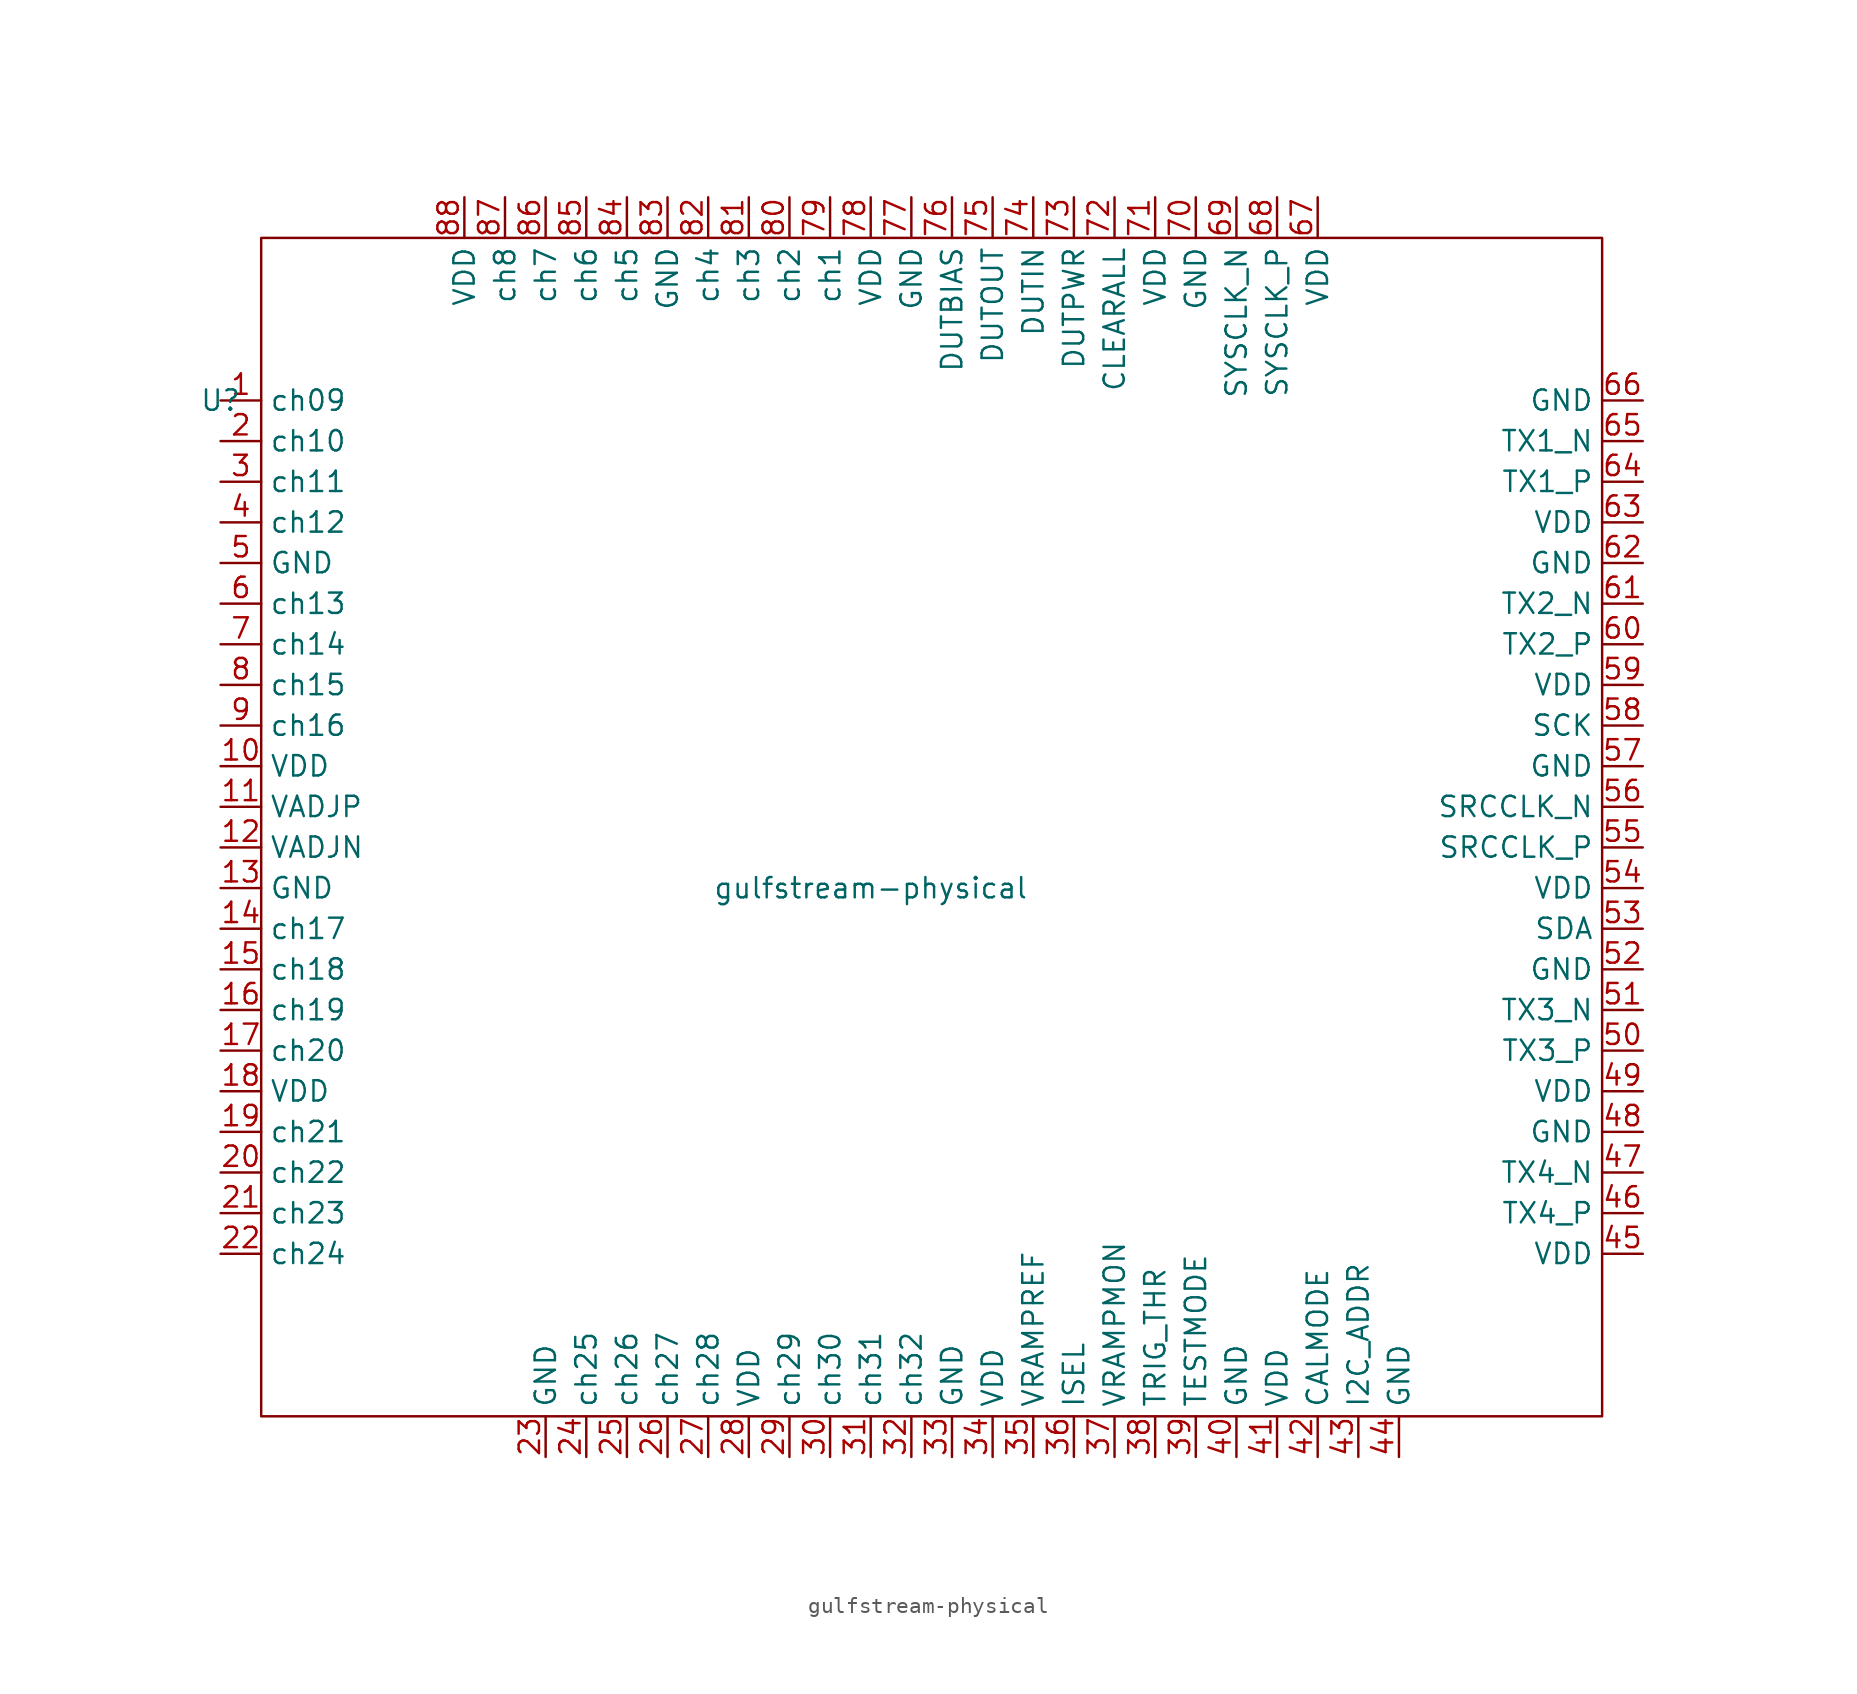
<source format=kicad_sym>
(kicad_symbol_lib
  (version 20241209)
  (generator "kicad_symbol_editor")
  (generator_version "9.0")
  (symbol "gulfstream-physical"
    (property "Reference" "U"
      (at -40.64 27.94 0)
      (effects (font (size 1.27 1.27))))
    (property "Value" "gulfstream-physical"
      (at 0 -2.54 0)
      (effects (font (size 1.27 1.27))))
    (symbol "gulfstream-physical_0_0"
      (pin unspecified line (at -40.64 27.94 0) (length 2.54) (name "ch09" (effects (font (size 1.27 1.27)))) (number "1" (effects (font (size 1.27 1.27)))))
      (pin unspecified line (at -40.64 25.4 0) (length 2.54) (name "ch10" (effects (font (size 1.27 1.27)))) (number "2" (effects (font (size 1.27 1.27)))))
      (pin unspecified line (at -40.64 22.86 0) (length 2.54) (name "ch11" (effects (font (size 1.27 1.27)))) (number "3" (effects (font (size 1.27 1.27)))))
      (pin unspecified line (at -40.64 20.32 0) (length 2.54) (name "ch12" (effects (font (size 1.27 1.27)))) (number "4" (effects (font (size 1.27 1.27)))))
      (pin unspecified line (at -40.64 17.78 0) (length 2.54) (name "GND" (effects (font (size 1.27 1.27)))) (number "5" (effects (font (size 1.27 1.27)))))
      (pin unspecified line (at -40.64 15.24 0) (length 2.54) (name "ch13" (effects (font (size 1.27 1.27)))) (number "6" (effects (font (size 1.27 1.27)))))
      (pin unspecified line (at -40.64 12.7 0) (length 2.54) (name "ch14" (effects (font (size 1.27 1.27)))) (number "7" (effects (font (size 1.27 1.27)))))
      (pin unspecified line (at -40.64 10.16 0) (length 2.54) (name "ch15" (effects (font (size 1.27 1.27)))) (number "8" (effects (font (size 1.27 1.27)))))
      (pin unspecified line (at -40.64 7.62 0) (length 2.54) (name "ch16" (effects (font (size 1.27 1.27)))) (number "9" (effects (font (size 1.27 1.27)))))
      (pin unspecified line (at -40.64 5.08 0) (length 2.54) (name "VDD" (effects (font (size 1.27 1.27)))) (number "10" (effects (font (size 1.27 1.27)))))
      (pin unspecified line (at -40.64 2.54 0) (length 2.54) (name "VADJP" (effects (font (size 1.27 1.27)))) (number "11" (effects (font (size 1.27 1.27)))))
      (pin unspecified line (at -40.64 0 0) (length 2.54) (name "VADJN" (effects (font (size 1.27 1.27)))) (number "12" (effects (font (size 1.27 1.27)))))
      (pin unspecified line (at -40.64 -2.54 0) (length 2.54) (name "GND" (effects (font (size 1.27 1.27)))) (number "13" (effects (font (size 1.27 1.27)))))
      (pin unspecified line (at -40.64 -5.08 0) (length 2.54) (name "ch17" (effects (font (size 1.27 1.27)))) (number "14" (effects (font (size 1.27 1.27)))))
      (pin unspecified line (at -40.64 -7.62 0) (length 2.54) (name "ch18" (effects (font (size 1.27 1.27)))) (number "15" (effects (font (size 1.27 1.27)))))
      (pin unspecified line (at -40.64 -10.16 0) (length 2.54) (name "ch19" (effects (font (size 1.27 1.27)))) (number "16" (effects (font (size 1.27 1.27)))))
      (pin unspecified line (at -40.64 -12.7 0) (length 2.54) (name "ch20" (effects (font (size 1.27 1.27)))) (number "17" (effects (font (size 1.27 1.27)))))
      (pin unspecified line (at -40.64 -15.24 0) (length 2.54) (name "VDD" (effects (font (size 1.27 1.27)))) (number "18" (effects (font (size 1.27 1.27)))))
      (pin unspecified line (at -40.64 -17.78 0) (length 2.54) (name "ch21" (effects (font (size 1.27 1.27)))) (number "19" (effects (font (size 1.27 1.27)))))
      (pin unspecified line (at -40.64 -20.32 0) (length 2.54) (name "ch22" (effects (font (size 1.27 1.27)))) (number "20" (effects (font (size 1.27 1.27)))))
      (pin unspecified line (at -40.64 -22.86 0) (length 2.54) (name "ch23" (effects (font (size 1.27 1.27)))) (number "21" (effects (font (size 1.27 1.27)))))
      (pin unspecified line (at -40.64 -25.4 0) (length 2.54) (name "ch24" (effects (font (size 1.27 1.27)))) (number "22" (effects (font (size 1.27 1.27)))))
      (pin unspecified line (at -25.4 40.64 270) (length 2.54) (name "VDD" (effects (font (size 1.27 1.27)))) (number "88" (effects (font (size 1.27 1.27)))))
      (pin unspecified line (at -22.86 40.64 270) (length 2.54) (name "ch8" (effects (font (size 1.27 1.27)))) (number "87" (effects (font (size 1.27 1.27)))))
      (pin unspecified line (at -20.32 40.64 270) (length 2.54) (name "ch7" (effects (font (size 1.27 1.27)))) (number "86" (effects (font (size 1.27 1.27)))))
      (pin unspecified line (at -20.32 -38.1 90) (length 2.54) (name "GND" (effects (font (size 1.27 1.27)))) (number "23" (effects (font (size 1.27 1.27)))))
      (pin unspecified line (at -17.78 40.64 270) (length 2.54) (name "ch6" (effects (font (size 1.27 1.27)))) (number "85" (effects (font (size 1.27 1.27)))))
      (pin unspecified line (at -17.78 -38.1 90) (length 2.54) (name "ch25" (effects (font (size 1.27 1.27)))) (number "24" (effects (font (size 1.27 1.27)))))
      (pin unspecified line (at -15.24 40.64 270) (length 2.54) (name "ch5" (effects (font (size 1.27 1.27)))) (number "84" (effects (font (size 1.27 1.27)))))
      (pin unspecified line (at -15.24 -38.1 90) (length 2.54) (name "ch26" (effects (font (size 1.27 1.27)))) (number "25" (effects (font (size 1.27 1.27)))))
      (pin unspecified line (at -12.7 40.64 270) (length 2.54) (name "GND" (effects (font (size 1.27 1.27)))) (number "83" (effects (font (size 1.27 1.27)))))
      (pin unspecified line (at -12.7 -38.1 90) (length 2.54) (name "ch27" (effects (font (size 1.27 1.27)))) (number "26" (effects (font (size 1.27 1.27)))))
      (pin unspecified line (at -10.16 40.64 270) (length 2.54) (name "ch4" (effects (font (size 1.27 1.27)))) (number "82" (effects (font (size 1.27 1.27)))))
      (pin unspecified line (at -10.16 -38.1 90) (length 2.54) (name "ch28" (effects (font (size 1.27 1.27)))) (number "27" (effects (font (size 1.27 1.27)))))
      (pin unspecified line (at -7.62 40.64 270) (length 2.54) (name "ch3" (effects (font (size 1.27 1.27)))) (number "81" (effects (font (size 1.27 1.27)))))
      (pin unspecified line (at -7.62 -38.1 90) (length 2.54) (name "VDD" (effects (font (size 1.27 1.27)))) (number "28" (effects (font (size 1.27 1.27)))))
      (pin unspecified line (at -5.08 40.64 270) (length 2.54) (name "ch2" (effects (font (size 1.27 1.27)))) (number "80" (effects (font (size 1.27 1.27)))))
      (pin unspecified line (at -5.08 -38.1 90) (length 2.54) (name "ch29" (effects (font (size 1.27 1.27)))) (number "29" (effects (font (size 1.27 1.27)))))
      (pin unspecified line (at -2.54 40.64 270) (length 2.54) (name "ch1" (effects (font (size 1.27 1.27)))) (number "79" (effects (font (size 1.27 1.27)))))
      (pin unspecified line (at -2.54 -38.1 90) (length 2.54) (name "ch30" (effects (font (size 1.27 1.27)))) (number "30" (effects (font (size 1.27 1.27)))))
      (pin unspecified line (at 0 40.64 270) (length 2.54) (name "VDD" (effects (font (size 1.27 1.27)))) (number "78" (effects (font (size 1.27 1.27)))))
      (pin unspecified line (at 0 -38.1 90) (length 2.54) (name "ch31" (effects (font (size 1.27 1.27)))) (number "31" (effects (font (size 1.27 1.27)))))
      (pin unspecified line (at 2.54 40.64 270) (length 2.54) (name "GND" (effects (font (size 1.27 1.27)))) (number "77" (effects (font (size 1.27 1.27)))))
      (pin unspecified line (at 2.54 -38.1 90) (length 2.54) (name "ch32" (effects (font (size 1.27 1.27)))) (number "32" (effects (font (size 1.27 1.27)))))
      (pin unspecified line (at 5.08 40.64 270) (length 2.54) (name "DUTBIAS" (effects (font (size 1.27 1.27)))) (number "76" (effects (font (size 1.27 1.27)))))
      (pin unspecified line (at 5.08 -38.1 90) (length 2.54) (name "GND" (effects (font (size 1.27 1.27)))) (number "33" (effects (font (size 1.27 1.27)))))
      (pin unspecified line (at 7.62 40.64 270) (length 2.54) (name "DUTOUT" (effects (font (size 1.27 1.27)))) (number "75" (effects (font (size 1.27 1.27)))))
      (pin unspecified line (at 7.62 -38.1 90) (length 2.54) (name "VDD" (effects (font (size 1.27 1.27)))) (number "34" (effects (font (size 1.27 1.27)))))
      (pin unspecified line (at 10.16 40.64 270) (length 2.54) (name "DUTIN" (effects (font (size 1.27 1.27)))) (number "74" (effects (font (size 1.27 1.27)))))
      (pin unspecified line (at 10.16 -38.1 90) (length 2.54) (name "VRAMPREF" (effects (font (size 1.27 1.27)))) (number "35" (effects (font (size 1.27 1.27)))))
      (pin unspecified line (at 12.7 40.64 270) (length 2.54) (name "DUTPWR" (effects (font (size 1.27 1.27)))) (number "73" (effects (font (size 1.27 1.27)))))
      (pin unspecified line (at 12.7 -38.1 90) (length 2.54) (name "ISEL" (effects (font (size 1.27 1.27)))) (number "36" (effects (font (size 1.27 1.27)))))
      (pin unspecified line (at 15.24 40.64 270) (length 2.54) (name "CLEARALL" (effects (font (size 1.27 1.27)))) (number "72" (effects (font (size 1.27 1.27)))))
      (pin unspecified line (at 15.24 -38.1 90) (length 2.54) (name "VRAMPMON" (effects (font (size 1.27 1.27)))) (number "37" (effects (font (size 1.27 1.27)))))
      (pin unspecified line (at 17.78 40.64 270) (length 2.54) (name "VDD" (effects (font (size 1.27 1.27)))) (number "71" (effects (font (size 1.27 1.27)))))
      (pin unspecified line (at 17.78 -38.1 90) (length 2.54) (name "TRIG_THR" (effects (font (size 1.27 1.27)))) (number "38" (effects (font (size 1.27 1.27)))))
      (pin unspecified line (at 20.32 40.64 270) (length 2.54) (name "GND" (effects (font (size 1.27 1.27)))) (number "70" (effects (font (size 1.27 1.27)))))
      (pin unspecified line (at 20.32 -38.1 90) (length 2.54) (name "TESTMODE" (effects (font (size 1.27 1.27)))) (number "39" (effects (font (size 1.27 1.27)))))
      (pin unspecified line (at 22.86 40.64 270) (length 2.54) (name "SYSCLK_N" (effects (font (size 1.27 1.27)))) (number "69" (effects (font (size 1.27 1.27)))))
      (pin unspecified line (at 22.86 -38.1 90) (length 2.54) (name "GND" (effects (font (size 1.27 1.27)))) (number "40" (effects (font (size 1.27 1.27)))))
      (pin unspecified line (at 25.4 40.64 270) (length 2.54) (name "SYSCLK_P" (effects (font (size 1.27 1.27)))) (number "68" (effects (font (size 1.27 1.27)))))
      (pin unspecified line (at 25.4 -38.1 90) (length 2.54) (name "VDD" (effects (font (size 1.27 1.27)))) (number "41" (effects (font (size 1.27 1.27)))))
      (pin unspecified line (at 27.94 40.64 270) (length 2.54) (name "VDD" (effects (font (size 1.27 1.27)))) (number "67" (effects (font (size 1.27 1.27)))))
      (pin unspecified line (at 27.94 -38.1 90) (length 2.54) (name "CALMODE" (effects (font (size 1.27 1.27)))) (number "42" (effects (font (size 1.27 1.27)))))
      (pin unspecified line (at 30.48 -38.1 90) (length 2.54) (name "I2C_ADDR" (effects (font (size 1.27 1.27)))) (number "43" (effects (font (size 1.27 1.27)))))
      (pin unspecified line (at 33.02 -38.1 90) (length 2.54) (name "GND" (effects (font (size 1.27 1.27)))) (number "44" (effects (font (size 1.27 1.27)))))
      (pin unspecified line (at 48.26 27.94 180) (length 2.54) (name "GND" (effects (font (size 1.27 1.27)))) (number "66" (effects (font (size 1.27 1.27)))))
      (pin unspecified line (at 48.26 25.4 180) (length 2.54) (name "TX1_N" (effects (font (size 1.27 1.27)))) (number "65" (effects (font (size 1.27 1.27)))))
      (pin unspecified line (at 48.26 22.86 180) (length 2.54) (name "TX1_P" (effects (font (size 1.27 1.27)))) (number "64" (effects (font (size 1.27 1.27)))))
      (pin unspecified line (at 48.26 20.32 180) (length 2.54) (name "VDD" (effects (font (size 1.27 1.27)))) (number "63" (effects (font (size 1.27 1.27)))))
      (pin unspecified line (at 48.26 17.78 180) (length 2.54) (name "GND" (effects (font (size 1.27 1.27)))) (number "62" (effects (font (size 1.27 1.27)))))
      (pin unspecified line (at 48.26 15.24 180) (length 2.54) (name "TX2_N" (effects (font (size 1.27 1.27)))) (number "61" (effects (font (size 1.27 1.27)))))
      (pin unspecified line (at 48.26 12.7 180) (length 2.54) (name "TX2_P" (effects (font (size 1.27 1.27)))) (number "60" (effects (font (size 1.27 1.27)))))
      (pin unspecified line (at 48.26 10.16 180) (length 2.54) (name "VDD" (effects (font (size 1.27 1.27)))) (number "59" (effects (font (size 1.27 1.27)))))
      (pin unspecified line (at 48.26 7.62 180) (length 2.54) (name "SCK" (effects (font (size 1.27 1.27)))) (number "58" (effects (font (size 1.27 1.27)))))
      (pin unspecified line (at 48.26 5.08 180) (length 2.54) (name "GND" (effects (font (size 1.27 1.27)))) (number "57" (effects (font (size 1.27 1.27)))))
      (pin unspecified line (at 48.26 2.54 180) (length 2.54) (name "SRCCLK_N" (effects (font (size 1.27 1.27)))) (number "56" (effects (font (size 1.27 1.27)))))
      (pin unspecified line (at 48.26 0 180) (length 2.54) (name "SRCCLK_P" (effects (font (size 1.27 1.27)))) (number "55" (effects (font (size 1.27 1.27)))))
      (pin unspecified line (at 48.26 -2.54 180) (length 2.54) (name "VDD" (effects (font (size 1.27 1.27)))) (number "54" (effects (font (size 1.27 1.27)))))
      (pin unspecified line (at 48.26 -5.08 180) (length 2.54) (name "SDA" (effects (font (size 1.27 1.27)))) (number "53" (effects (font (size 1.27 1.27)))))
      (pin unspecified line (at 48.26 -7.62 180) (length 2.54) (name "GND" (effects (font (size 1.27 1.27)))) (number "52" (effects (font (size 1.27 1.27)))))
      (pin unspecified line (at 48.26 -10.16 180) (length 2.54) (name "TX3_N" (effects (font (size 1.27 1.27)))) (number "51" (effects (font (size 1.27 1.27)))))
      (pin unspecified line (at 48.26 -12.7 180) (length 2.54) (name "TX3_P" (effects (font (size 1.27 1.27)))) (number "50" (effects (font (size 1.27 1.27)))))
      (pin unspecified line (at 48.26 -15.24 180) (length 2.54) (name "VDD" (effects (font (size 1.27 1.27)))) (number "49" (effects (font (size 1.27 1.27)))))
      (pin unspecified line (at 48.26 -17.78 180) (length 2.54) (name "GND" (effects (font (size 1.27 1.27)))) (number "48" (effects (font (size 1.27 1.27)))))
      (pin unspecified line (at 48.26 -20.32 180) (length 2.54) (name "TX4_N" (effects (font (size 1.27 1.27)))) (number "47" (effects (font (size 1.27 1.27)))))
      (pin unspecified line (at 48.26 -22.86 180) (length 2.54) (name "TX4_P" (effects (font (size 1.27 1.27)))) (number "46" (effects (font (size 1.27 1.27)))))
      (pin unspecified line (at 48.26 -25.4 180) (length 2.54) (name "VDD" (effects (font (size 1.27 1.27)))) (number "45" (effects (font (size 1.27 1.27))))))
    (symbol "gulfstream-physical_0_1"
      (rectangle (start -38.1 38.1) (end 45.72 -35.56) (stroke (width 0) (type default)) (fill (type none))))))
</source>
